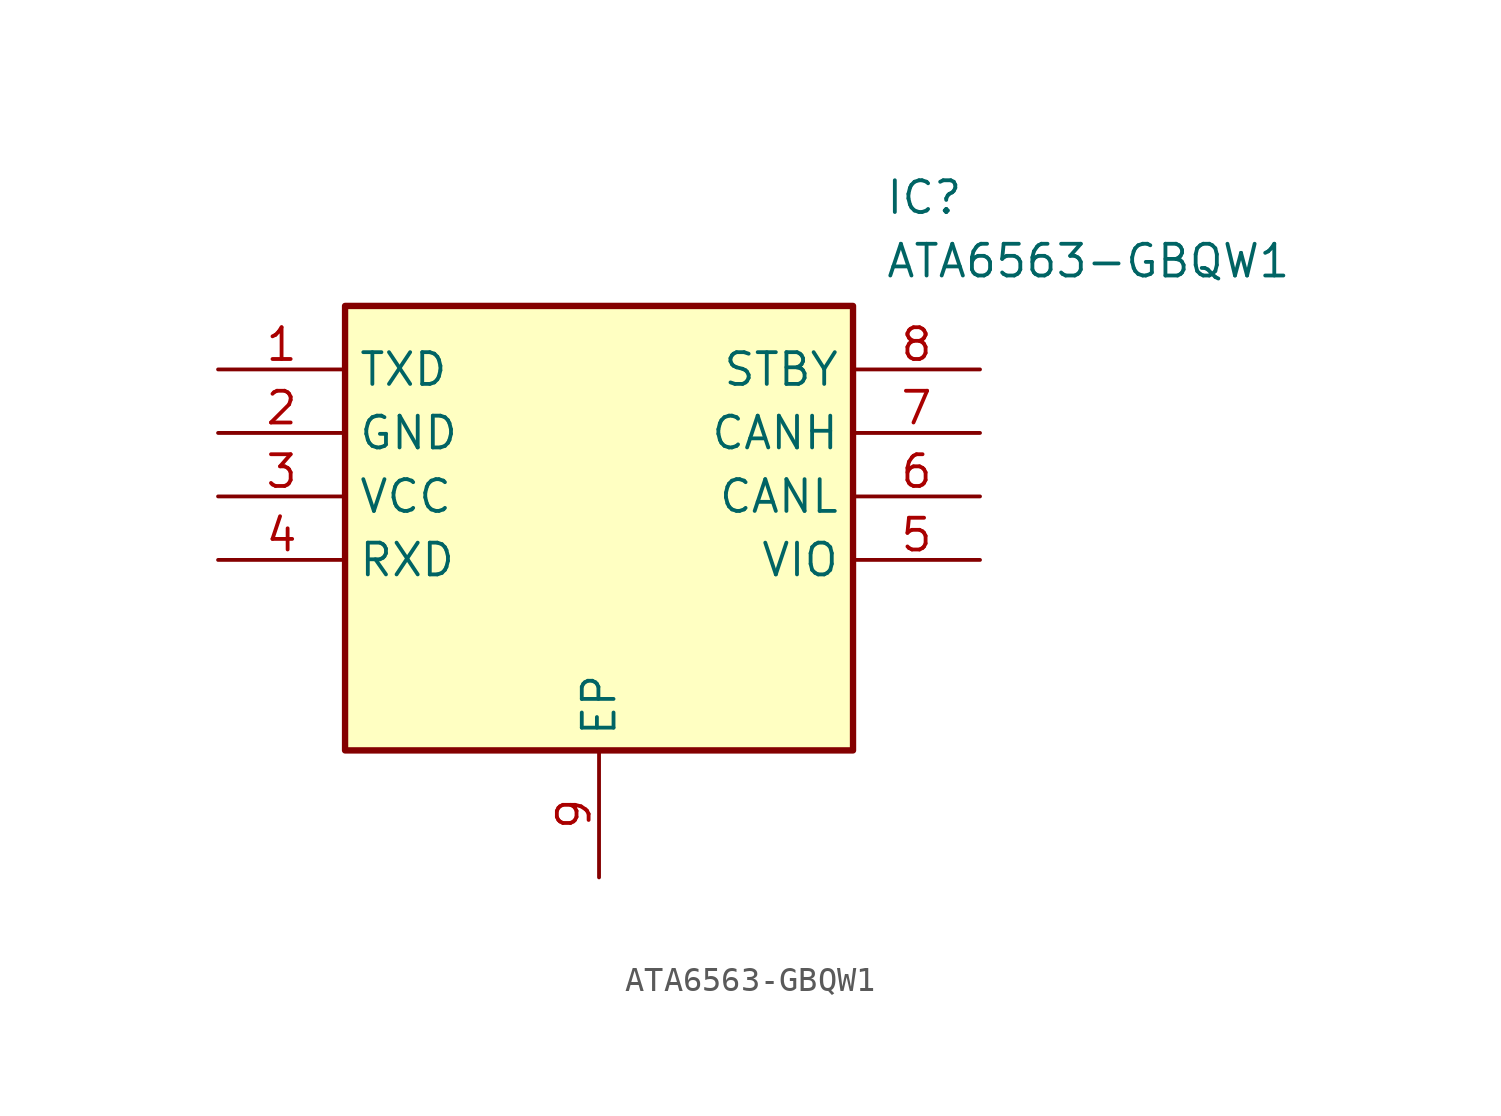
<source format=kicad_sym>
(kicad_symbol_lib
  (version 20211014)
  (generator SamacSys_ECAD_Model)
  (symbol "ATA6563-GBQW1"
    (property "Reference" "IC"
      (at 26.67 7.62 0)
      (effects (font (size 1.27 1.27)) (justify left top)))
    (property "Value" "ATA6563-GBQW1"
      (at 26.67 5.08 0)
      (effects (font (size 1.27 1.27)) (justify left top)))
    (rectangle
      (start 5.08 2.54)
      (end 25.4 -15.24)
      (stroke (width 0.254) (type default))
      (fill (type background)))
    (pin passive line
      (at 0 0 0)
      (length 5.08)
      (name "TXD" (effects (font (size 1.27 1.27))))
      (number "1" (effects (font (size 1.27 1.27)))))
    (pin passive line
      (at 0 -2.54 0)
      (length 5.08)
      (name "GND" (effects (font (size 1.27 1.27))))
      (number "2" (effects (font (size 1.27 1.27)))))
    (pin passive line
      (at 0 -5.08 0)
      (length 5.08)
      (name "VCC" (effects (font (size 1.27 1.27))))
      (number "3" (effects (font (size 1.27 1.27)))))
    (pin passive line
      (at 0 -7.62 0)
      (length 5.08)
      (name "RXD" (effects (font (size 1.27 1.27))))
      (number "4" (effects (font (size 1.27 1.27)))))
    (pin passive line
      (at 15.24 -20.32 90)
      (length 5.08)
      (name "EP" (effects (font (size 1.27 1.27))))
      (number "9" (effects (font (size 1.27 1.27)))))
    (pin passive line
      (at 30.48 0 180)
      (length 5.08)
      (name "STBY" (effects (font (size 1.27 1.27))))
      (number "8" (effects (font (size 1.27 1.27)))))
    (pin passive line
      (at 30.48 -2.54 180)
      (length 5.08)
      (name "CANH" (effects (font (size 1.27 1.27))))
      (number "7" (effects (font (size 1.27 1.27)))))
    (pin passive line
      (at 30.48 -5.08 180)
      (length 5.08)
      (name "CANL" (effects (font (size 1.27 1.27))))
      (number "6" (effects (font (size 1.27 1.27)))))
    (pin passive line
      (at 30.48 -7.62 180)
      (length 5.08)
      (name "VIO" (effects (font (size 1.27 1.27))))
      (number "5" (effects (font (size 1.27 1.27)))))))
</source>
